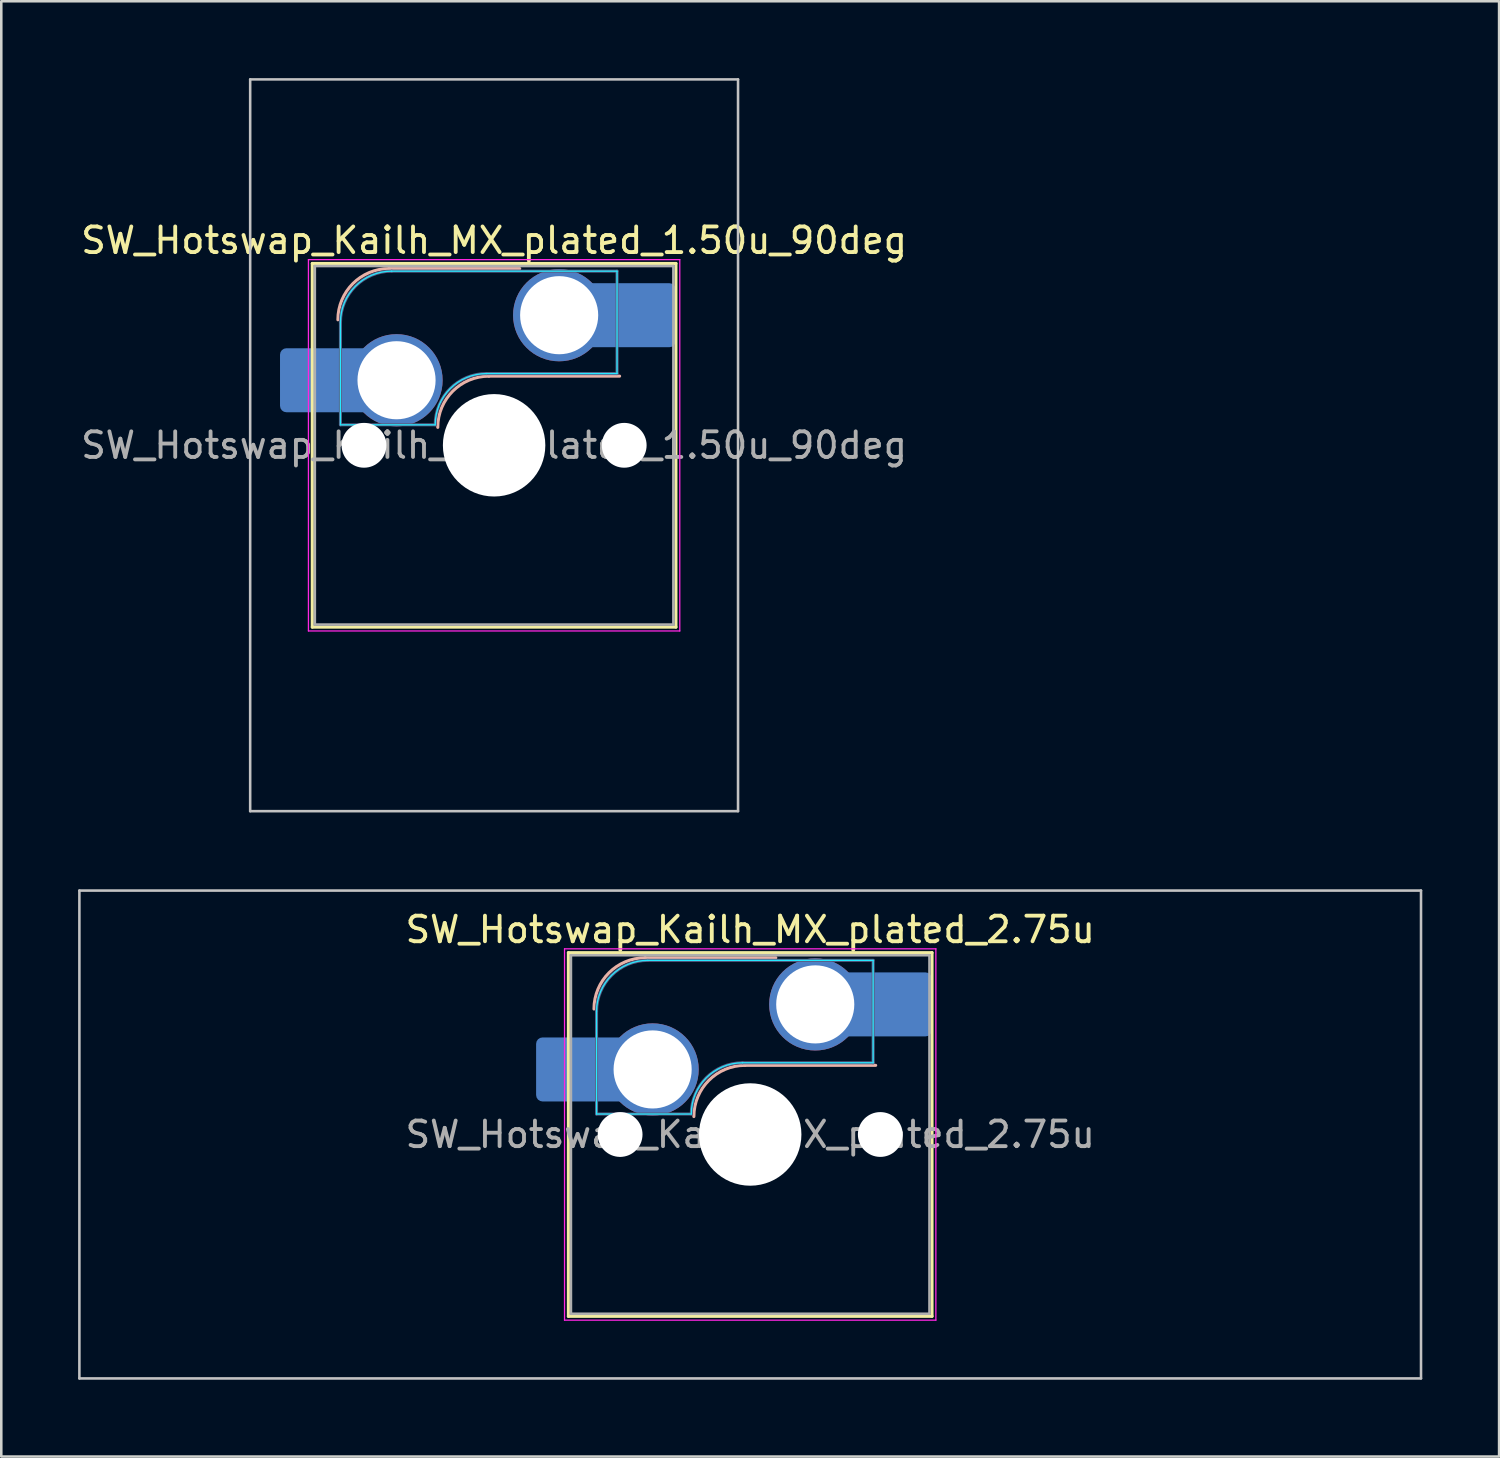
<source format=kicad_pcb>
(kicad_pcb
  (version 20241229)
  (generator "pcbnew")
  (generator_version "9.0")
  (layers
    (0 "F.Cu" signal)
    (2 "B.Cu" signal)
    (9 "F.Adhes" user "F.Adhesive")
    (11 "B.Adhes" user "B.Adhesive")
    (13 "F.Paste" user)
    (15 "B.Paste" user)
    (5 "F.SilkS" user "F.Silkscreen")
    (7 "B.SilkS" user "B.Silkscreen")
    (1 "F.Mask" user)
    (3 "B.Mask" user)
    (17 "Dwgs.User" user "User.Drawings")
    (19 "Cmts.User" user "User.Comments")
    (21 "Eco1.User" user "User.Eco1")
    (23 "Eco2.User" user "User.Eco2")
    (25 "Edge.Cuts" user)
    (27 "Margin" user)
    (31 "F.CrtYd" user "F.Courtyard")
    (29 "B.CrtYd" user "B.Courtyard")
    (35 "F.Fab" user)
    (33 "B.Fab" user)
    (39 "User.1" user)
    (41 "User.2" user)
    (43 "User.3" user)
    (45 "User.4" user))
  (footprint "SW_Hotswap_Kailh_MX_plated_1.50u_90deg"
    (layer "F.Cu")
    (at 16.244 14.338)
    (property "Reference" "SW_Hotswap_Kailh_MX_plated_1.50u_90deg" (at 0 -8 0) (layer "F.SilkS") (effects (font (size 1 1) (thickness 0.15))))
    (attr smd)
    (fp_line (start -7.1 -7.1) (end -7.1 7.1) (stroke (width 0.12) (type solid)) (layer "F.SilkS"))
    (fp_line (start -7.1 7.1) (end 7.1 7.1) (stroke (width 0.12) (type solid)) (layer "F.SilkS"))
    (fp_line (start 7.1 -7.1) (end -7.1 -7.1) (stroke (width 0.12) (type solid)) (layer "F.SilkS"))
    (fp_line (start 7.1 7.1) (end 7.1 -7.1) (stroke (width 0.12) (type solid)) (layer "F.SilkS"))
    (fp_line (start -4.1 -6.9) (end 1 -6.9) (stroke (width 0.12) (type solid)) (layer "B.SilkS"))
    (fp_line (start -0.2 -2.7) (end 4.9 -2.7) (stroke (width 0.12) (type solid)) (layer "B.SilkS"))
    (fp_arc (start -6.1 -4.9) (mid -5.514214 -6.314214) (end -4.1 -6.9) (stroke (width 0.12) (type solid)) (layer "B.SilkS"))
    (fp_arc (start -2.2 -0.7) (mid -1.614214 -2.114214) (end -0.2 -2.7) (stroke (width 0.12) (type solid)) (layer "B.SilkS"))
    (fp_line (start -9.525 -14.287) (end 9.525 -14.287) (stroke (width 0.1) (type solid)) (layer "Dwgs.User"))
    (fp_line (start -9.525 14.287) (end -9.525 -14.287) (stroke (width 0.1) (type solid)) (layer "Dwgs.User"))
    (fp_line (start 9.525 -14.287) (end 9.525 14.287) (stroke (width 0.1) (type solid)) (layer "Dwgs.User"))
    (fp_line (start 9.525 14.287) (end -9.525 14.287) (stroke (width 0.1) (type solid)) (layer "Dwgs.User"))
    (fp_line (start -7.8 -6) (end -7 -6) (stroke (width 0.1) (type solid)) (layer "Eco1.User"))
    (fp_line (start -7.8 -2.9) (end -7.8 -6) (stroke (width 0.1) (type solid)) (layer "Eco1.User"))
    (fp_line (start -7.8 2.9) (end -7 2.9) (stroke (width 0.1) (type solid)) (layer "Eco1.User"))
    (fp_line (start -7.8 6) (end -7.8 2.9) (stroke (width 0.1) (type solid)) (layer "Eco1.User"))
    (fp_line (start -7 -7) (end 7 -7) (stroke (width 0.1) (type solid)) (layer "Eco1.User"))
    (fp_line (start -7 -6) (end -7 -7) (stroke (width 0.1) (type solid)) (layer "Eco1.User"))
    (fp_line (start -7 -2.9) (end -7.8 -2.9) (stroke (width 0.1) (type solid)) (layer "Eco1.User"))
    (fp_line (start -7 2.9) (end -7 -2.9) (stroke (width 0.1) (type solid)) (layer "Eco1.User"))
    (fp_line (start -7 6) (end -7.8 6) (stroke (width 0.1) (type solid)) (layer "Eco1.User"))
    (fp_line (start -7 7) (end -7 6) (stroke (width 0.1) (type solid)) (layer "Eco1.User"))
    (fp_line (start 7 -7) (end 7 -6) (stroke (width 0.1) (type solid)) (layer "Eco1.User"))
    (fp_line (start 7 -6) (end 7.8 -6) (stroke (width 0.1) (type solid)) (layer "Eco1.User"))
    (fp_line (start 7 -2.9) (end 7 2.9) (stroke (width 0.1) (type solid)) (layer "Eco1.User"))
    (fp_line (start 7 2.9) (end 7.8 2.9) (stroke (width 0.1) (type solid)) (layer "Eco1.User"))
    (fp_line (start 7 6) (end 7 7) (stroke (width 0.1) (type solid)) (layer "Eco1.User"))
    (fp_line (start 7 7) (end -7 7) (stroke (width 0.1) (type solid)) (layer "Eco1.User"))
    (fp_line (start 7.8 -6) (end 7.8 -2.9) (stroke (width 0.1) (type solid)) (layer "Eco1.User"))
    (fp_line (start 7.8 -2.9) (end 7 -2.9) (stroke (width 0.1) (type solid)) (layer "Eco1.User"))
    (fp_line (start 7.8 2.9) (end 7.8 6) (stroke (width 0.1) (type solid)) (layer "Eco1.User"))
    (fp_line (start 7.8 6) (end 7 6) (stroke (width 0.1) (type solid)) (layer "Eco1.User"))
    (fp_line (start -6 -0.8) (end -6 -4.8) (stroke (width 0.05) (type solid)) (layer "B.CrtYd"))
    (fp_line (start -6 -0.8) (end -2.3 -0.8) (stroke (width 0.05) (type solid)) (layer "B.CrtYd"))
    (fp_line (start -4 -6.8) (end 4.8 -6.8) (stroke (width 0.05) (type solid)) (layer "B.CrtYd"))
    (fp_line (start -0.3 -2.8) (end 4.8 -2.8) (stroke (width 0.05) (type solid)) (layer "B.CrtYd"))
    (fp_line (start 4.8 -6.8) (end 4.8 -2.8) (stroke (width 0.05) (type solid)) (layer "B.CrtYd"))
    (fp_arc (start -6 -4.8) (mid -5.414214 -6.214214) (end -4 -6.8) (stroke (width 0.05) (type solid)) (layer "B.CrtYd"))
    (fp_arc (start -2.3 -0.8) (mid -1.714214 -2.214214) (end -0.3 -2.8) (stroke (width 0.05) (type solid)) (layer "B.CrtYd"))
    (fp_line (start -7.25 -7.25) (end -7.25 7.25) (stroke (width 0.05) (type solid)) (layer "F.CrtYd"))
    (fp_line (start -7.25 7.25) (end 7.25 7.25) (stroke (width 0.05) (type solid)) (layer "F.CrtYd"))
    (fp_line (start 7.25 -7.25) (end -7.25 -7.25) (stroke (width 0.05) (type solid)) (layer "F.CrtYd"))
    (fp_line (start 7.25 7.25) (end 7.25 -7.25) (stroke (width 0.05) (type solid)) (layer "F.CrtYd"))
    (fp_line (start -6 -0.8) (end -6 -4.8) (stroke (width 0.12) (type solid)) (layer "B.Fab"))
    (fp_line (start -6 -0.8) (end -2.3 -0.8) (stroke (width 0.12) (type solid)) (layer "B.Fab"))
    (fp_line (start -4 -6.8) (end 4.8 -6.8) (stroke (width 0.12) (type solid)) (layer "B.Fab"))
    (fp_line (start -0.3 -2.8) (end 4.8 -2.8) (stroke (width 0.12) (type solid)) (layer "B.Fab"))
    (fp_line (start 4.8 -6.8) (end 4.8 -2.8) (stroke (width 0.12) (type solid)) (layer "B.Fab"))
    (fp_arc (start -6 -4.8) (mid -5.414214 -6.214214) (end -4 -6.8) (stroke (width 0.12) (type solid)) (layer "B.Fab"))
    (fp_arc (start -2.3 -0.8) (mid -1.714214 -2.214214) (end -0.3 -2.8) (stroke (width 0.12) (type solid)) (layer "B.Fab"))
    (fp_line (start -7 -7) (end -7 7) (stroke (width 0.1) (type solid)) (layer "F.Fab"))
    (fp_line (start -7 7) (end 7 7) (stroke (width 0.1) (type solid)) (layer "F.Fab"))
    (fp_line (start 7 -7) (end -7 -7) (stroke (width 0.1) (type solid)) (layer "F.Fab"))
    (fp_line (start 7 7) (end 7 -7) (stroke (width 0.1) (type solid)) (layer "F.Fab"))
    (fp_text user "${REFERENCE}" (at 0 0 0) (layer "F.Fab") (effects (font (size 1 1) (thickness 0.15))))
    (pad "" smd roundrect (at -7.085 -2.54) (size 2.55 2.5) (layers "B.Mask" "B.Paste") (roundrect_rratio 0.1))
    (pad "" np_thru_hole circle (at -5.08 0) (size 1.75 1.75) (drill 1.75) (layers "*.Cu" "*.Mask"))
    (pad "" smd circle (at -3.81 -2.54) (size 3.1 3.1) (layers "F.Mask"))
    (pad "" np_thru_hole circle (at 0 0) (size 4 4) (drill 4) (layers "*.Cu" "*.Mask"))
    (pad "" smd circle (at 2.54 -5.08) (size 3.1 3.1) (layers "F.Mask"))
    (pad "" np_thru_hole circle (at 5.08 0) (size 1.75 1.75) (drill 1.75) (layers "*.Cu" "*.Mask"))
    (pad "" smd roundrect (at 5.842 -5.08) (size 2.55 2.5) (layers "B.Mask" "B.Paste") (roundrect_rratio 0.1))
    (pad "1" smd roundrect (at -6.585 -2.54) (size 3.55 2.5) (layers "B.Cu") (roundrect_rratio 0.1))
    (pad "1" thru_hole circle (at -3.81 -2.54) (size 3.6 3.6) (drill 3.05) (layers "*.Cu" "B.Mask"))
    (pad "2" thru_hole circle (at 2.54 -5.08) (size 3.6 3.6) (drill 3.05) (layers "*.Cu" "B.Mask"))
    (pad "2" smd roundrect (at 5.32 -5.08) (size 3.55 2.5) (layers "B.Cu") (roundrect_rratio 0.1)))
  (footprint "SW_Hotswap_Kailh_MX_plated_2.75u"
    (layer "F.Cu")
    (at 26.244 41.25)
    (property "Reference" "SW_Hotswap_Kailh_MX_plated_2.75u" (at 0 -8 0) (layer "F.SilkS") (effects (font (size 1 1) (thickness 0.15))))
    (attr smd)
    (fp_line (start -7.1 -7.1) (end -7.1 7.1) (stroke (width 0.12) (type solid)) (layer "F.SilkS"))
    (fp_line (start -7.1 7.1) (end 7.1 7.1) (stroke (width 0.12) (type solid)) (layer "F.SilkS"))
    (fp_line (start 7.1 -7.1) (end -7.1 -7.1) (stroke (width 0.12) (type solid)) (layer "F.SilkS"))
    (fp_line (start 7.1 7.1) (end 7.1 -7.1) (stroke (width 0.12) (type solid)) (layer "F.SilkS"))
    (fp_line (start -4.1 -6.9) (end 1 -6.9) (stroke (width 0.12) (type solid)) (layer "B.SilkS"))
    (fp_line (start -0.2 -2.7) (end 4.9 -2.7) (stroke (width 0.12) (type solid)) (layer "B.SilkS"))
    (fp_arc (start -6.1 -4.9) (mid -5.514214 -6.314214) (end -4.1 -6.9) (stroke (width 0.12) (type solid)) (layer "B.SilkS"))
    (fp_arc (start -2.2 -0.7) (mid -1.614214 -2.114214) (end -0.2 -2.7) (stroke (width 0.12) (type solid)) (layer "B.SilkS"))
    (fp_line (start -26.194 -9.525) (end -26.194 9.525) (stroke (width 0.1) (type solid)) (layer "Dwgs.User"))
    (fp_line (start -26.194 9.525) (end 26.194 9.525) (stroke (width 0.1) (type solid)) (layer "Dwgs.User"))
    (fp_line (start 26.194 -9.525) (end -26.194 -9.525) (stroke (width 0.1) (type solid)) (layer "Dwgs.User"))
    (fp_line (start 26.194 9.525) (end 26.194 -9.525) (stroke (width 0.1) (type solid)) (layer "Dwgs.User"))
    (fp_line (start -7.8 -6) (end -7 -6) (stroke (width 0.1) (type solid)) (layer "Eco1.User"))
    (fp_line (start -7.8 -2.9) (end -7.8 -6) (stroke (width 0.1) (type solid)) (layer "Eco1.User"))
    (fp_line (start -7.8 2.9) (end -7 2.9) (stroke (width 0.1) (type solid)) (layer "Eco1.User"))
    (fp_line (start -7.8 6) (end -7.8 2.9) (stroke (width 0.1) (type solid)) (layer "Eco1.User"))
    (fp_line (start -7 -7) (end 7 -7) (stroke (width 0.1) (type solid)) (layer "Eco1.User"))
    (fp_line (start -7 -6) (end -7 -7) (stroke (width 0.1) (type solid)) (layer "Eco1.User"))
    (fp_line (start -7 -2.9) (end -7.8 -2.9) (stroke (width 0.1) (type solid)) (layer "Eco1.User"))
    (fp_line (start -7 2.9) (end -7 -2.9) (stroke (width 0.1) (type solid)) (layer "Eco1.User"))
    (fp_line (start -7 6) (end -7.8 6) (stroke (width 0.1) (type solid)) (layer "Eco1.User"))
    (fp_line (start -7 7) (end -7 6) (stroke (width 0.1) (type solid)) (layer "Eco1.User"))
    (fp_line (start 7 -7) (end 7 -6) (stroke (width 0.1) (type solid)) (layer "Eco1.User"))
    (fp_line (start 7 -6) (end 7.8 -6) (stroke (width 0.1) (type solid)) (layer "Eco1.User"))
    (fp_line (start 7 -2.9) (end 7 2.9) (stroke (width 0.1) (type solid)) (layer "Eco1.User"))
    (fp_line (start 7 2.9) (end 7.8 2.9) (stroke (width 0.1) (type solid)) (layer "Eco1.User"))
    (fp_line (start 7 6) (end 7 7) (stroke (width 0.1) (type solid)) (layer "Eco1.User"))
    (fp_line (start 7 7) (end -7 7) (stroke (width 0.1) (type solid)) (layer "Eco1.User"))
    (fp_line (start 7.8 -6) (end 7.8 -2.9) (stroke (width 0.1) (type solid)) (layer "Eco1.User"))
    (fp_line (start 7.8 -2.9) (end 7 -2.9) (stroke (width 0.1) (type solid)) (layer "Eco1.User"))
    (fp_line (start 7.8 2.9) (end 7.8 6) (stroke (width 0.1) (type solid)) (layer "Eco1.User"))
    (fp_line (start 7.8 6) (end 7 6) (stroke (width 0.1) (type solid)) (layer "Eco1.User"))
    (fp_line (start -6 -0.8) (end -6 -4.8) (stroke (width 0.05) (type solid)) (layer "B.CrtYd"))
    (fp_line (start -6 -0.8) (end -2.3 -0.8) (stroke (width 0.05) (type solid)) (layer "B.CrtYd"))
    (fp_line (start -4 -6.8) (end 4.8 -6.8) (stroke (width 0.05) (type solid)) (layer "B.CrtYd"))
    (fp_line (start -0.3 -2.8) (end 4.8 -2.8) (stroke (width 0.05) (type solid)) (layer "B.CrtYd"))
    (fp_line (start 4.8 -6.8) (end 4.8 -2.8) (stroke (width 0.05) (type solid)) (layer "B.CrtYd"))
    (fp_arc (start -6 -4.8) (mid -5.414214 -6.214214) (end -4 -6.8) (stroke (width 0.05) (type solid)) (layer "B.CrtYd"))
    (fp_arc (start -2.3 -0.8) (mid -1.714214 -2.214214) (end -0.3 -2.8) (stroke (width 0.05) (type solid)) (layer "B.CrtYd"))
    (fp_line (start -7.25 -7.25) (end -7.25 7.25) (stroke (width 0.05) (type solid)) (layer "F.CrtYd"))
    (fp_line (start -7.25 7.25) (end 7.25 7.25) (stroke (width 0.05) (type solid)) (layer "F.CrtYd"))
    (fp_line (start 7.25 -7.25) (end -7.25 -7.25) (stroke (width 0.05) (type solid)) (layer "F.CrtYd"))
    (fp_line (start 7.25 7.25) (end 7.25 -7.25) (stroke (width 0.05) (type solid)) (layer "F.CrtYd"))
    (fp_line (start -6 -0.8) (end -6 -4.8) (stroke (width 0.12) (type solid)) (layer "B.Fab"))
    (fp_line (start -6 -0.8) (end -2.3 -0.8) (stroke (width 0.12) (type solid)) (layer "B.Fab"))
    (fp_line (start -4 -6.8) (end 4.8 -6.8) (stroke (width 0.12) (type solid)) (layer "B.Fab"))
    (fp_line (start -0.3 -2.8) (end 4.8 -2.8) (stroke (width 0.12) (type solid)) (layer "B.Fab"))
    (fp_line (start 4.8 -6.8) (end 4.8 -2.8) (stroke (width 0.12) (type solid)) (layer "B.Fab"))
    (fp_arc (start -6 -4.8) (mid -5.414214 -6.214214) (end -4 -6.8) (stroke (width 0.12) (type solid)) (layer "B.Fab"))
    (fp_arc (start -2.3 -0.8) (mid -1.714214 -2.214214) (end -0.3 -2.8) (stroke (width 0.12) (type solid)) (layer "B.Fab"))
    (fp_line (start -7 -7) (end -7 7) (stroke (width 0.1) (type solid)) (layer "F.Fab"))
    (fp_line (start -7 7) (end 7 7) (stroke (width 0.1) (type solid)) (layer "F.Fab"))
    (fp_line (start 7 -7) (end -7 -7) (stroke (width 0.1) (type solid)) (layer "F.Fab"))
    (fp_line (start 7 7) (end 7 -7) (stroke (width 0.1) (type solid)) (layer "F.Fab"))
    (fp_text user "${REFERENCE}" (at 0 0 0) (layer "F.Fab") (effects (font (size 1 1) (thickness 0.15))))
    (pad "" smd roundrect (at -7.085 -2.54) (size 2.55 2.5) (layers "B.Mask" "B.Paste") (roundrect_rratio 0.1))
    (pad "" np_thru_hole circle (at -5.08 0) (size 1.75 1.75) (drill 1.75) (layers "*.Cu" "*.Mask"))
    (pad "" smd circle (at -3.81 -2.54) (size 3.1 3.1) (layers "F.Mask"))
    (pad "" np_thru_hole circle (at 0 0) (size 4 4) (drill 4) (layers "*.Cu" "*.Mask"))
    (pad "" smd circle (at 2.54 -5.08) (size 3.1 3.1) (layers "F.Mask"))
    (pad "" np_thru_hole circle (at 5.08 0) (size 1.75 1.75) (drill 1.75) (layers "*.Cu" "*.Mask"))
    (pad "" smd roundrect (at 5.842 -5.08) (size 2.55 2.5) (layers "B.Mask" "B.Paste") (roundrect_rratio 0.1))
    (pad "1" smd roundrect (at -6.585 -2.54) (size 3.55 2.5) (layers "B.Cu") (roundrect_rratio 0.1))
    (pad "1" thru_hole circle (at -3.81 -2.54) (size 3.6 3.6) (drill 3.05) (layers "*.Cu" "B.Mask"))
    (pad "2" thru_hole circle (at 2.54 -5.08) (size 3.6 3.6) (drill 3.05) (layers "*.Cu" "B.Mask"))
    (pad "2" smd roundrect (at 5.32 -5.08) (size 3.55 2.5) (layers "B.Cu") (roundrect_rratio 0.1)))
  (gr_rect
    (start -3 -3)
    (end 55.487 53.825)
    (stroke (width 0.1) (type default))
    (fill no)
    (layer "Edge.Cuts")))
</source>
